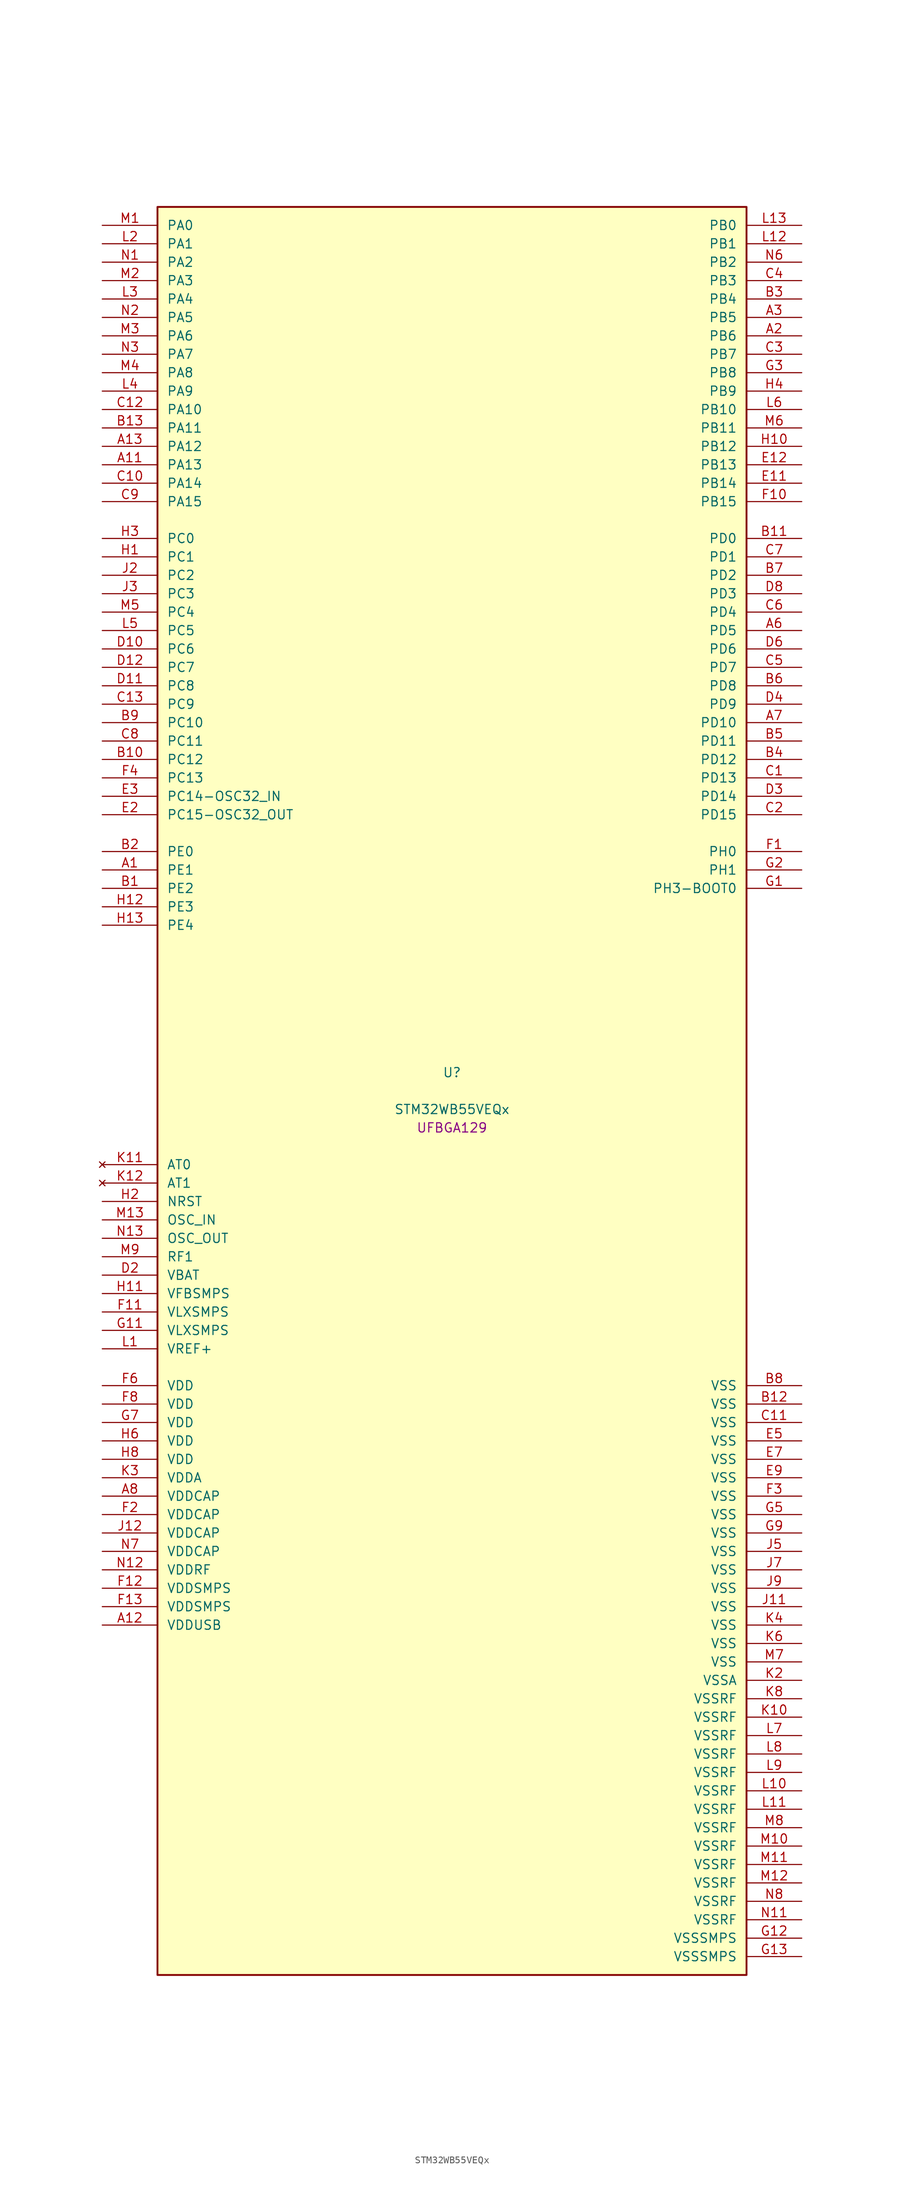
<source format=kicad_sym>
(kicad_symbol_lib
  (version 20241209)
  (generator "stm32_pkl_generator")
  (generator_version "1.0")
  (symbol "STM32WB55VEQx"
    (pin_names
      (offset 1.27))
    (property "Reference" "U"
      (at 0 2.54 0))
    (property "Value" "STM32WB55VEQx"
      (at 0 -2.54 0))
    (property "Footprint" "UFBGA129"
      (at 0 -5.08 0))
    (symbol "STM32WB55VEQx_1_1"
      (rectangle (start -40.64 121.92) (end 40.64 -121.92) (stroke (width 0.254) (type solid)) (fill (type background)))
      (pin bidirectional line (at -48.26 119.38 0) (length 7.62) (name "PA0") (number "M1") (alternate "PA0/ADC1_IN5" bidirectional line) (alternate "PA0/COMP1_INM" bidirectional line) (alternate "PA0/COMP1_OUT" bidirectional line) (alternate "PA0/RTC_TAMP2" bidirectional line) (alternate "PA0/SAI1_EXTCLK" bidirectional line) (alternate "PA0/SYS_WKUP1" bidirectional line) (alternate "PA0/TIM2_CH1" bidirectional line) (alternate "PA0/TIM2_ETR" bidirectional line))
      (pin bidirectional line (at -48.26 116.84 0) (length 7.62) (name "PA1") (number "L2") (alternate "PA1/ADC1_IN6" bidirectional line) (alternate "PA1/COMP1_INP" bidirectional line) (alternate "PA1/I2C1_SMBA" bidirectional line) (alternate "PA1/LCD_SEG0" bidirectional line) (alternate "PA1/SPI1_SCK" bidirectional line) (alternate "PA1/TIM2_CH2" bidirectional line))
      (pin bidirectional line (at -48.26 114.3 0) (length 7.62) (name "PA2") (number "N1") (alternate "PA2/ADC1_IN7" bidirectional line) (alternate "PA2/COMP2_INM" bidirectional line) (alternate "PA2/COMP2_OUT" bidirectional line) (alternate "PA2/LCD_SEG1" bidirectional line) (alternate "PA2/LPUART1_TX" bidirectional line) (alternate "PA2/QUADSPI_BK1_NCS" bidirectional line) (alternate "PA2/RCC_LSCO" bidirectional line) (alternate "PA2/SYS_WKUP4" bidirectional line) (alternate "PA2/TIM2_CH3" bidirectional line))
      (pin bidirectional line (at -48.26 111.76 0) (length 7.62) (name "PA3") (number "M2") (alternate "PA3/ADC1_IN8" bidirectional line) (alternate "PA3/COMP2_INP" bidirectional line) (alternate "PA3/LCD_SEG2" bidirectional line) (alternate "PA3/LPUART1_RX" bidirectional line) (alternate "PA3/QUADSPI_CLK" bidirectional line) (alternate "PA3/SAI1_CK1" bidirectional line) (alternate "PA3/SAI1_MCLK_A" bidirectional line) (alternate "PA3/TIM2_CH4" bidirectional line))
      (pin bidirectional line (at -48.26 109.22 0) (length 7.62) (name "PA4") (number "L3") (alternate "PA4/ADC1_IN9" bidirectional line) (alternate "PA4/COMP1_INM" bidirectional line) (alternate "PA4/COMP2_INM" bidirectional line) (alternate "PA4/LCD_SEG5" bidirectional line) (alternate "PA4/LPTIM2_OUT" bidirectional line) (alternate "PA4/SAI1_FS_B" bidirectional line) (alternate "PA4/SPI1_NSS" bidirectional line))
      (pin bidirectional line (at -48.26 106.68 0) (length 7.62) (name "PA5") (number "N2") (alternate "PA5/ADC1_IN10" bidirectional line) (alternate "PA5/COMP1_INM" bidirectional line) (alternate "PA5/COMP2_INM" bidirectional line) (alternate "PA5/LPTIM2_ETR" bidirectional line) (alternate "PA5/SAI1_SD_B" bidirectional line) (alternate "PA5/SPI1_SCK" bidirectional line) (alternate "PA5/TIM2_CH1" bidirectional line) (alternate "PA5/TIM2_ETR" bidirectional line))
      (pin bidirectional line (at -48.26 104.14 0) (length 7.62) (name "PA6") (number "M3") (alternate "PA6/ADC1_IN11" bidirectional line) (alternate "PA6/LCD_SEG3" bidirectional line) (alternate "PA6/LPUART1_CTS" bidirectional line) (alternate "PA6/QUADSPI_BK1_IO3" bidirectional line) (alternate "PA6/SPI1_MISO" bidirectional line) (alternate "PA6/TIM16_CH1" bidirectional line) (alternate "PA6/TIM1_BKIN" bidirectional line))
      (pin bidirectional line (at -48.26 101.6 0) (length 7.62) (name "PA7") (number "N3") (alternate "PA7/ADC1_IN12" bidirectional line) (alternate "PA7/COMP2_OUT" bidirectional line) (alternate "PA7/I2C3_SCL" bidirectional line) (alternate "PA7/LCD_SEG4" bidirectional line) (alternate "PA7/QUADSPI_BK1_IO2" bidirectional line) (alternate "PA7/SPI1_MOSI" bidirectional line) (alternate "PA7/TIM17_CH1" bidirectional line) (alternate "PA7/TIM1_CH1N" bidirectional line))
      (pin bidirectional line (at -48.26 99.06 0) (length 7.62) (name "PA8") (number "M4") (alternate "PA8/ADC1_IN15" bidirectional line) (alternate "PA8/LCD_COM0" bidirectional line) (alternate "PA8/LPTIM2_OUT" bidirectional line) (alternate "PA8/RCC_MCO" bidirectional line) (alternate "PA8/SAI1_CK2" bidirectional line) (alternate "PA8/SAI1_SCK_A" bidirectional line) (alternate "PA8/TIM1_CH1" bidirectional line) (alternate "PA8/USART1_CK" bidirectional line))
      (pin bidirectional line (at -48.26 96.52 0) (length 7.62) (name "PA9") (number "L4") (alternate "PA9/ADC1_IN16" bidirectional line) (alternate "PA9/COMP1_INM" bidirectional line) (alternate "PA9/I2C1_SCL" bidirectional line) (alternate "PA9/LCD_COM1" bidirectional line) (alternate "PA9/SAI1_D2" bidirectional line) (alternate "PA9/SAI1_FS_A" bidirectional line) (alternate "PA9/SPI2_SCK" bidirectional line) (alternate "PA9/TIM1_CH2" bidirectional line) (alternate "PA9/USART1_TX" bidirectional line))
      (pin bidirectional line (at -48.26 93.98 0) (length 7.62) (name "PA10") (number "C12") (alternate "PA10/CRS_SYNC" bidirectional line) (alternate "PA10/I2C1_SDA" bidirectional line) (alternate "PA10/LCD_COM2" bidirectional line) (alternate "PA10/SAI1_D1" bidirectional line) (alternate "PA10/SAI1_SD_A" bidirectional line) (alternate "PA10/TIM17_BKIN" bidirectional line) (alternate "PA10/TIM1_CH3" bidirectional line) (alternate "PA10/USART1_RX" bidirectional line))
      (pin bidirectional line (at -48.26 91.44 0) (length 7.62) (name "PA11") (number "B13") (alternate "PA11/ADC1_EXTI11" bidirectional line) (alternate "PA11/SPI1_MISO" bidirectional line) (alternate "PA11/TIM1_BKIN2" bidirectional line) (alternate "PA11/TIM1_CH4" bidirectional line) (alternate "PA11/USART1_CTS" bidirectional line) (alternate "PA11/USART1_NSS" bidirectional line) (alternate "PA11/USB_DM" bidirectional line))
      (pin bidirectional line (at -48.26 88.9 0) (length 7.62) (name "PA12") (number "A13") (alternate "PA12/LPUART1_RX" bidirectional line) (alternate "PA12/SPI1_MOSI" bidirectional line) (alternate "PA12/TIM1_ETR" bidirectional line) (alternate "PA12/USART1_DE" bidirectional line) (alternate "PA12/USART1_RTS" bidirectional line) (alternate "PA12/USB_DP" bidirectional line))
      (pin bidirectional line (at -48.26 86.36 0) (length 7.62) (name "PA13") (number "A11") (alternate "PA13/IR_OUT" bidirectional line) (alternate "PA13/SAI1_SD_B" bidirectional line) (alternate "PA13/SYS_JTMS-SWDIO" bidirectional line) (alternate "PA13/USB_NOE" bidirectional line))
      (pin bidirectional line (at -48.26 83.82 0) (length 7.62) (name "PA14") (number "C10") (alternate "PA14/I2C1_SMBA" bidirectional line) (alternate "PA14/LCD_SEG5" bidirectional line) (alternate "PA14/LPTIM1_OUT" bidirectional line) (alternate "PA14/SAI1_FS_B" bidirectional line) (alternate "PA14/SYS_JTCK-SWCLK" bidirectional line))
      (pin bidirectional line (at -48.26 81.28 0) (length 7.62) (name "PA15") (number "C9") (alternate "PA15/ADC1_EXTI15" bidirectional line) (alternate "PA15/LCD_SEG17" bidirectional line) (alternate "PA15/RCC_MCO" bidirectional line) (alternate "PA15/SPI1_NSS" bidirectional line) (alternate "PA15/SYS_JTDI" bidirectional line) (alternate "PA15/TIM2_CH1" bidirectional line) (alternate "PA15/TIM2_ETR" bidirectional line) (alternate "PA15/TSC_G3_IO1" bidirectional line))
      (pin bidirectional line (at 48.26 119.38 180) (length 7.62) (name "PB0") (number "L13") (alternate "PB0/COMP1_OUT" bidirectional line) (alternate "PB0/RF_TX_MOD_EXT_PA" bidirectional line))
      (pin bidirectional line (at 48.26 116.84 180) (length 7.62) (name "PB1") (number "L12") (alternate "PB1/LPTIM2_IN1" bidirectional line) (alternate "PB1/LPUART1_DE" bidirectional line) (alternate "PB1/LPUART1_RTS" bidirectional line))
      (pin bidirectional line (at 48.26 114.3 180) (length 7.62) (name "PB2") (number "N6") (alternate "PB2/COMP1_INP" bidirectional line) (alternate "PB2/I2C3_SMBA" bidirectional line) (alternate "PB2/LCD_VLCD" bidirectional line) (alternate "PB2/LPTIM1_OUT" bidirectional line) (alternate "PB2/RTC_OUT2" bidirectional line) (alternate "PB2/SAI1_EXTCLK" bidirectional line) (alternate "PB2/SPI1_NSS" bidirectional line))
      (pin bidirectional line (at 48.26 111.76 180) (length 7.62) (name "PB3") (number "C4") (alternate "PB3/COMP2_INM" bidirectional line) (alternate "PB3/LCD_SEG7" bidirectional line) (alternate "PB3/SAI1_SCK_B" bidirectional line) (alternate "PB3/SPI1_SCK" bidirectional line) (alternate "PB3/SYS_JTDO-SWO" bidirectional line) (alternate "PB3/TIM2_CH2" bidirectional line) (alternate "PB3/USART1_DE" bidirectional line) (alternate "PB3/USART1_RTS" bidirectional line))
      (pin bidirectional line (at 48.26 109.22 180) (length 7.62) (name "PB4") (number "B3") (alternate "PB4/COMP2_INP" bidirectional line) (alternate "PB4/I2C3_SDA" bidirectional line) (alternate "PB4/LCD_SEG8" bidirectional line) (alternate "PB4/SAI1_MCLK_B" bidirectional line) (alternate "PB4/SPI1_MISO" bidirectional line) (alternate "PB4/SYS_JTRST" bidirectional line) (alternate "PB4/TIM17_BKIN" bidirectional line) (alternate "PB4/TSC_G2_IO1" bidirectional line) (alternate "PB4/USART1_CTS" bidirectional line) (alternate "PB4/USART1_NSS" bidirectional line))
      (pin bidirectional line (at 48.26 106.68 180) (length 7.62) (name "PB5") (number "A3") (alternate "PB5/COMP2_OUT" bidirectional line) (alternate "PB5/I2C1_SMBA" bidirectional line) (alternate "PB5/LCD_SEG9" bidirectional line) (alternate "PB5/LPTIM1_IN1" bidirectional line) (alternate "PB5/LPUART1_TX" bidirectional line) (alternate "PB5/SAI1_SD_B" bidirectional line) (alternate "PB5/SPI1_MOSI" bidirectional line) (alternate "PB5/TIM16_BKIN" bidirectional line) (alternate "PB5/TSC_G2_IO2" bidirectional line) (alternate "PB5/USART1_CK" bidirectional line))
      (pin bidirectional line (at 48.26 104.14 180) (length 7.62) (name "PB6") (number "A2") (alternate "PB6/COMP2_INP" bidirectional line) (alternate "PB6/I2C1_SCL" bidirectional line) (alternate "PB6/LCD_SEG6" bidirectional line) (alternate "PB6/LPTIM1_ETR" bidirectional line) (alternate "PB6/RCC_MCO" bidirectional line) (alternate "PB6/SAI1_FS_B" bidirectional line) (alternate "PB6/TIM16_CH1N" bidirectional line) (alternate "PB6/TSC_G2_IO3" bidirectional line) (alternate "PB6/USART1_TX" bidirectional line))
      (pin bidirectional line (at 48.26 101.6 180) (length 7.62) (name "PB7") (number "C3") (alternate "PB7/COMP2_INM" bidirectional line) (alternate "PB7/I2C1_SDA" bidirectional line) (alternate "PB7/LCD_SEG21" bidirectional line) (alternate "PB7/LPTIM1_IN2" bidirectional line) (alternate "PB7/SYS_PVD_IN" bidirectional line) (alternate "PB7/TIM17_CH1N" bidirectional line) (alternate "PB7/TIM1_BKIN" bidirectional line) (alternate "PB7/TSC_G2_IO4" bidirectional line) (alternate "PB7/USART1_RX" bidirectional line))
      (pin bidirectional line (at 48.26 99.06 180) (length 7.62) (name "PB8") (number "G3") (alternate "PB8/I2C1_SCL" bidirectional line) (alternate "PB8/LCD_SEG16" bidirectional line) (alternate "PB8/QUADSPI_BK1_IO1" bidirectional line) (alternate "PB8/SAI1_CK1" bidirectional line) (alternate "PB8/SAI1_MCLK_A" bidirectional line) (alternate "PB8/TIM16_CH1" bidirectional line) (alternate "PB8/TIM1_CH2N" bidirectional line))
      (pin bidirectional line (at 48.26 96.52 180) (length 7.62) (name "PB9") (number "H4") (alternate "PB9/I2C1_SDA" bidirectional line) (alternate "PB9/IR_OUT" bidirectional line) (alternate "PB9/LCD_COM3" bidirectional line) (alternate "PB9/QUADSPI_BK1_IO0" bidirectional line) (alternate "PB9/SAI1_D2" bidirectional line) (alternate "PB9/SAI1_FS_A" bidirectional line) (alternate "PB9/SPI2_NSS" bidirectional line) (alternate "PB9/TIM17_CH1" bidirectional line) (alternate "PB9/TIM1_CH3N" bidirectional line) (alternate "PB9/TSC_G7_IO4" bidirectional line))
      (pin bidirectional line (at 48.26 93.98 180) (length 7.62) (name "PB10") (number "L6") (alternate "PB10/COMP1_OUT" bidirectional line) (alternate "PB10/I2C3_SCL" bidirectional line) (alternate "PB10/LCD_SEG10" bidirectional line) (alternate "PB10/LPUART1_RX" bidirectional line) (alternate "PB10/QUADSPI_CLK" bidirectional line) (alternate "PB10/SAI1_SCK_A" bidirectional line) (alternate "PB10/SPI2_SCK" bidirectional line) (alternate "PB10/TIM2_CH3" bidirectional line) (alternate "PB10/TSC_SYNC" bidirectional line))
      (pin bidirectional line (at 48.26 91.44 180) (length 7.62) (name "PB11") (number "M6") (alternate "PB11/ADC1_EXTI11" bidirectional line) (alternate "PB11/COMP2_OUT" bidirectional line) (alternate "PB11/I2C3_SDA" bidirectional line) (alternate "PB11/LCD_SEG11" bidirectional line) (alternate "PB11/LPUART1_TX" bidirectional line) (alternate "PB11/QUADSPI_BK1_NCS" bidirectional line) (alternate "PB11/TIM2_CH4" bidirectional line))
      (pin bidirectional line (at 48.26 88.9 180) (length 7.62) (name "PB12") (number "H10") (alternate "PB12/I2C3_SMBA" bidirectional line) (alternate "PB12/LCD_SEG12" bidirectional line) (alternate "PB12/LPUART1_DE" bidirectional line) (alternate "PB12/LPUART1_RTS" bidirectional line) (alternate "PB12/SAI1_FS_A" bidirectional line) (alternate "PB12/SPI2_NSS" bidirectional line) (alternate "PB12/TIM1_BKIN" bidirectional line) (alternate "PB12/TSC_G1_IO1" bidirectional line))
      (pin bidirectional line (at 48.26 86.36 180) (length 7.62) (name "PB13") (number "E12") (alternate "PB13/I2C3_SCL" bidirectional line) (alternate "PB13/LCD_SEG13" bidirectional line) (alternate "PB13/LPUART1_CTS" bidirectional line) (alternate "PB13/SAI1_SCK_A" bidirectional line) (alternate "PB13/SPI2_SCK" bidirectional line) (alternate "PB13/TIM1_CH1N" bidirectional line) (alternate "PB13/TSC_G1_IO2" bidirectional line))
      (pin bidirectional line (at 48.26 83.82 180) (length 7.62) (name "PB14") (number "E11") (alternate "PB14/I2C3_SDA" bidirectional line) (alternate "PB14/LCD_SEG14" bidirectional line) (alternate "PB14/SAI1_MCLK_A" bidirectional line) (alternate "PB14/SPI2_MISO" bidirectional line) (alternate "PB14/TIM1_CH2N" bidirectional line) (alternate "PB14/TSC_G1_IO3" bidirectional line))
      (pin bidirectional line (at 48.26 81.28 180) (length 7.62) (name "PB15") (number "F10") (alternate "PB15/ADC1_EXTI15" bidirectional line) (alternate "PB15/LCD_SEG15" bidirectional line) (alternate "PB15/RTC_REFIN" bidirectional line) (alternate "PB15/SAI1_SD_A" bidirectional line) (alternate "PB15/SPI2_MOSI" bidirectional line) (alternate "PB15/TIM1_CH3N" bidirectional line) (alternate "PB15/TSC_G1_IO4" bidirectional line))
      (pin bidirectional line (at -48.26 76.2 0) (length 7.62) (name "PC0") (number "H3") (alternate "PC0/ADC1_IN1" bidirectional line) (alternate "PC0/I2C3_SCL" bidirectional line) (alternate "PC0/LCD_SEG18" bidirectional line) (alternate "PC0/LPTIM1_IN1" bidirectional line) (alternate "PC0/LPTIM2_IN1" bidirectional line) (alternate "PC0/LPUART1_RX" bidirectional line))
      (pin bidirectional line (at -48.26 73.66 0) (length 7.62) (name "PC1") (number "H1") (alternate "PC1/ADC1_IN2" bidirectional line) (alternate "PC1/I2C3_SDA" bidirectional line) (alternate "PC1/LCD_SEG19" bidirectional line) (alternate "PC1/LPTIM1_OUT" bidirectional line) (alternate "PC1/LPUART1_TX" bidirectional line) (alternate "PC1/SPI2_MOSI" bidirectional line))
      (pin bidirectional line (at -48.26 71.12 0) (length 7.62) (name "PC2") (number "J2") (alternate "PC2/ADC1_IN3" bidirectional line) (alternate "PC2/LCD_SEG20" bidirectional line) (alternate "PC2/LPTIM1_IN2" bidirectional line) (alternate "PC2/SPI2_MISO" bidirectional line))
      (pin bidirectional line (at -48.26 68.58 0) (length 7.62) (name "PC3") (number "J3") (alternate "PC3/ADC1_IN4" bidirectional line) (alternate "PC3/LCD_VLCD" bidirectional line) (alternate "PC3/LPTIM1_ETR" bidirectional line) (alternate "PC3/LPTIM2_ETR" bidirectional line) (alternate "PC3/SAI1_D1" bidirectional line) (alternate "PC3/SAI1_SD_A" bidirectional line) (alternate "PC3/SPI2_MOSI" bidirectional line))
      (pin bidirectional line (at -48.26 66.04 0) (length 7.62) (name "PC4") (number "M5") (alternate "PC4/ADC1_IN13" bidirectional line) (alternate "PC4/COMP1_INM" bidirectional line) (alternate "PC4/LCD_SEG22" bidirectional line))
      (pin bidirectional line (at -48.26 63.5 0) (length 7.62) (name "PC5") (number "L5") (alternate "PC5/ADC1_IN14" bidirectional line) (alternate "PC5/COMP1_INP" bidirectional line) (alternate "PC5/LCD_SEG23" bidirectional line) (alternate "PC5/SAI1_D3" bidirectional line) (alternate "PC5/SYS_WKUP5" bidirectional line))
      (pin bidirectional line (at -48.26 60.96 0) (length 7.62) (name "PC6") (number "D10") (alternate "PC6/LCD_SEG24" bidirectional line) (alternate "PC6/TSC_G4_IO1" bidirectional line))
      (pin bidirectional line (at -48.26 58.42 0) (length 7.62) (name "PC7") (number "D12") (alternate "PC7/LCD_SEG25" bidirectional line) (alternate "PC7/TSC_G4_IO2" bidirectional line))
      (pin bidirectional line (at -48.26 55.88 0) (length 7.62) (name "PC8") (number "D11") (alternate "PC8/LCD_SEG26" bidirectional line) (alternate "PC8/TSC_G4_IO3" bidirectional line))
      (pin bidirectional line (at -48.26 53.34 0) (length 7.62) (name "PC9") (number "C13") (alternate "PC9/LCD_SEG27" bidirectional line) (alternate "PC9/SAI1_SCK_B" bidirectional line) (alternate "PC9/TIM1_BKIN" bidirectional line) (alternate "PC9/TSC_G4_IO4" bidirectional line) (alternate "PC9/USB_NOE" bidirectional line))
      (pin bidirectional line (at -48.26 50.8 0) (length 7.62) (name "PC10") (number "B9") (alternate "PC10/LCD_COM4" bidirectional line) (alternate "PC10/LCD_SEG28" bidirectional line) (alternate "PC10/LCD_SEG40" bidirectional line) (alternate "PC10/SYS_TRACED1" bidirectional line) (alternate "PC10/TSC_G3_IO2" bidirectional line))
      (pin bidirectional line (at -48.26 48.26 0) (length 7.62) (name "PC11") (number "C8") (alternate "PC11/ADC1_EXTI11" bidirectional line) (alternate "PC11/LCD_COM5" bidirectional line) (alternate "PC11/LCD_SEG29" bidirectional line) (alternate "PC11/LCD_SEG41" bidirectional line) (alternate "PC11/TSC_G3_IO3" bidirectional line))
      (pin bidirectional line (at -48.26 45.72 0) (length 7.62) (name "PC12") (number "B10") (alternate "PC12/LCD_COM6" bidirectional line) (alternate "PC12/LCD_SEG30" bidirectional line) (alternate "PC12/LCD_SEG42" bidirectional line) (alternate "PC12/RCC_LSCO" bidirectional line) (alternate "PC12/RTC_TAMP3" bidirectional line) (alternate "PC12/SYS_TRACED3" bidirectional line) (alternate "PC12/SYS_WKUP3" bidirectional line) (alternate "PC12/TSC_G3_IO4" bidirectional line))
      (pin bidirectional line (at -48.26 43.18 0) (length 7.62) (name "PC13") (number "F4") (alternate "PC13/RTC_OUT1" bidirectional line) (alternate "PC13/RTC_TAMP1" bidirectional line) (alternate "PC13/RTC_TS" bidirectional line) (alternate "PC13/SYS_WKUP2" bidirectional line))
      (pin bidirectional line (at -48.26 40.64 0) (length 7.62) (name "PC14-OSC32_IN") (number "E3") (alternate "PC14-OSC32_IN/RCC_OSC32_IN" bidirectional line))
      (pin bidirectional line (at -48.26 38.1 0) (length 7.62) (name "PC15-OSC32_OUT") (number "E2") (alternate "PC15-OSC32_OUT/ADC1_EXTI15" bidirectional line) (alternate "PC15-OSC32_OUT/RCC_OSC32_OUT" bidirectional line))
      (pin bidirectional line (at 48.26 76.2 180) (length 7.62) (name "PD0") (number "B11") (alternate "PD0/SPI2_NSS" bidirectional line))
      (pin bidirectional line (at 48.26 73.66 180) (length 7.62) (name "PD1") (number "C7") (alternate "PD1/SPI2_SCK" bidirectional line))
      (pin bidirectional line (at 48.26 71.12 180) (length 7.62) (name "PD2") (number "B7") (alternate "PD2/LCD_COM7" bidirectional line) (alternate "PD2/LCD_SEG31" bidirectional line) (alternate "PD2/LCD_SEG43" bidirectional line) (alternate "PD2/SYS_TRACED2" bidirectional line) (alternate "PD2/TSC_SYNC" bidirectional line))
      (pin bidirectional line (at 48.26 68.58 180) (length 7.62) (name "PD3") (number "D8") (alternate "PD3/QUADSPI_BK1_NCS" bidirectional line) (alternate "PD3/SPI2_MISO" bidirectional line) (alternate "PD3/SPI2_SCK" bidirectional line))
      (pin bidirectional line (at 48.26 66.04 180) (length 7.62) (name "PD4") (number "C6") (alternate "PD4/QUADSPI_BK1_IO0" bidirectional line) (alternate "PD4/SPI2_MOSI" bidirectional line) (alternate "PD4/TSC_G5_IO1" bidirectional line))
      (pin bidirectional line (at 48.26 63.5 180) (length 7.62) (name "PD5") (number "A6") (alternate "PD5/QUADSPI_BK1_IO1" bidirectional line) (alternate "PD5/SAI1_MCLK_B" bidirectional line) (alternate "PD5/TSC_G5_IO2" bidirectional line))
      (pin bidirectional line (at 48.26 60.96 180) (length 7.62) (name "PD6") (number "D6") (alternate "PD6/QUADSPI_BK1_IO2" bidirectional line) (alternate "PD6/SAI1_D1" bidirectional line) (alternate "PD6/SAI1_SD_A" bidirectional line) (alternate "PD6/TSC_G5_IO3" bidirectional line))
      (pin bidirectional line (at 48.26 58.42 180) (length 7.62) (name "PD7") (number "C5") (alternate "PD7/LCD_SEG39" bidirectional line) (alternate "PD7/QUADSPI_BK1_IO3" bidirectional line) (alternate "PD7/TSC_G5_IO4" bidirectional line))
      (pin bidirectional line (at 48.26 55.88 180) (length 7.62) (name "PD8") (number "B6") (alternate "PD8/LCD_SEG28" bidirectional line) (alternate "PD8/TIM1_BKIN2" bidirectional line))
      (pin bidirectional line (at 48.26 53.34 180) (length 7.62) (name "PD9") (number "D4") (alternate "PD9/LCD_SEG29" bidirectional line) (alternate "PD9/SYS_TRACED0" bidirectional line))
      (pin bidirectional line (at 48.26 50.8 180) (length 7.62) (name "PD10") (number "A7") (alternate "PD10/LCD_SEG30" bidirectional line) (alternate "PD10/SYS_TRIG_INOUT" bidirectional line) (alternate "PD10/TSC_G6_IO1" bidirectional line))
      (pin bidirectional line (at 48.26 48.26 180) (length 7.62) (name "PD11") (number "B5") (alternate "PD11/ADC1_EXTI11" bidirectional line) (alternate "PD11/LCD_SEG31" bidirectional line) (alternate "PD11/LPTIM2_ETR" bidirectional line) (alternate "PD11/TSC_G6_IO2" bidirectional line))
      (pin bidirectional line (at 48.26 45.72 180) (length 7.62) (name "PD12") (number "B4") (alternate "PD12/LCD_SEG32" bidirectional line) (alternate "PD12/LPTIM2_IN1" bidirectional line) (alternate "PD12/TSC_G6_IO3" bidirectional line))
      (pin bidirectional line (at 48.26 43.18 180) (length 7.62) (name "PD13") (number "C1") (alternate "PD13/LCD_SEG33" bidirectional line) (alternate "PD13/LPTIM2_OUT" bidirectional line) (alternate "PD13/TSC_G6_IO4" bidirectional line))
      (pin bidirectional line (at 48.26 40.64 180) (length 7.62) (name "PD14") (number "D3") (alternate "PD14/LCD_SEG34" bidirectional line) (alternate "PD14/TIM1_CH1" bidirectional line))
      (pin bidirectional line (at 48.26 38.1 180) (length 7.62) (name "PD15") (number "C2") (alternate "PD15/ADC1_EXTI15" bidirectional line) (alternate "PD15/LCD_SEG35" bidirectional line) (alternate "PD15/TIM1_CH2" bidirectional line))
      (pin bidirectional line (at -48.26 33.02 0) (length 7.62) (name "PE0") (number "B2") (alternate "PE0/LCD_SEG36" bidirectional line) (alternate "PE0/TIM16_CH1" bidirectional line) (alternate "PE0/TIM1_ETR" bidirectional line) (alternate "PE0/TSC_G7_IO3" bidirectional line))
      (pin bidirectional line (at -48.26 30.48 0) (length 7.62) (name "PE1") (number "A1") (alternate "PE1/LCD_SEG37" bidirectional line) (alternate "PE1/TIM17_CH1" bidirectional line) (alternate "PE1/TSC_G7_IO2" bidirectional line))
      (pin bidirectional line (at -48.26 27.94 0) (length 7.62) (name "PE2") (number "B1") (alternate "PE2/LCD_SEG38" bidirectional line) (alternate "PE2/SAI1_CK1" bidirectional line) (alternate "PE2/SAI1_MCLK_A" bidirectional line) (alternate "PE2/SYS_TRACECLK" bidirectional line) (alternate "PE2/TSC_G7_IO1" bidirectional line))
      (pin bidirectional line (at -48.26 25.4 0) (length 7.62) (name "PE3") (number "H12"))
      (pin bidirectional line (at -48.26 22.86 0) (length 7.62) (name "PE4") (number "H13"))
      (pin bidirectional line (at 48.26 33.02 180) (length 7.62) (name "PH0") (number "F1"))
      (pin bidirectional line (at 48.26 30.48 180) (length 7.62) (name "PH1") (number "G2"))
      (pin bidirectional line (at 48.26 27.94 180) (length 7.62) (name "PH3-BOOT0") (number "G1") (alternate "PH3-BOOT0/RCC_LSCO" bidirectional line))
      (pin no_connect line (at -48.26 -10.16 0) (length 7.62) (name "AT0") (number "K11"))
      (pin no_connect line (at -48.26 -12.7 0) (length 7.62) (name "AT1") (number "K12"))
      (pin input line (at -48.26 -15.24 0) (length 7.62) (name "NRST") (number "H2"))
      (pin bidirectional line (at -48.26 -17.78 0) (length 7.62) (name "OSC_IN") (number "M13") (alternate "OSC_IN/RCC_OSC_IN" bidirectional line))
      (pin bidirectional line (at -48.26 -20.32 0) (length 7.62) (name "OSC_OUT") (number "N13") (alternate "OSC_OUT/RCC_OSC_OUT" bidirectional line))
      (pin bidirectional line (at -48.26 -22.86 0) (length 7.62) (name "RF1") (number "M9") (alternate "RF1/RF_RF1" bidirectional line))
      (pin power_in line (at -48.26 -25.4 0) (length 7.62) (name "VBAT") (number "D2"))
      (pin power_in line (at -48.26 -27.94 0) (length 7.62) (name "VFBSMPS") (number "H11"))
      (pin power_in line (at -48.26 -30.48 0) (length 7.62) (name "VLXSMPS") (number "F11"))
      (pin power_in line (at -48.26 -33.02 0) (length 7.62) (name "VLXSMPS") (number "G11"))
      (pin bidirectional line (at -48.26 -35.56 0) (length 7.62) (name "VREF+") (number "L1") (alternate "VREF+/VREFBUF_OUT" bidirectional line))
      (pin power_in line (at -48.26 -40.64 0) (length 7.62) (name "VDD") (number "F6"))
      (pin power_in line (at -48.26 -43.18 0) (length 7.62) (name "VDD") (number "F8"))
      (pin power_in line (at -48.26 -45.72 0) (length 7.62) (name "VDD") (number "G7"))
      (pin power_in line (at -48.26 -48.26 0) (length 7.62) (name "VDD") (number "H6"))
      (pin power_in line (at -48.26 -50.8 0) (length 7.62) (name "VDD") (number "H8"))
      (pin power_in line (at -48.26 -53.34 0) (length 7.62) (name "VDDA") (number "K3"))
      (pin power_in line (at -48.26 -55.88 0) (length 7.62) (name "VDDCAP") (number "A8"))
      (pin power_in line (at -48.26 -58.42 0) (length 7.62) (name "VDDCAP") (number "F2"))
      (pin power_in line (at -48.26 -60.96 0) (length 7.62) (name "VDDCAP") (number "J12"))
      (pin power_in line (at -48.26 -63.5 0) (length 7.62) (name "VDDCAP") (number "N7"))
      (pin power_in line (at -48.26 -66.04 0) (length 7.62) (name "VDDRF") (number "N12"))
      (pin power_in line (at -48.26 -68.58 0) (length 7.62) (name "VDDSMPS") (number "F12"))
      (pin power_in line (at -48.26 -71.12 0) (length 7.62) (name "VDDSMPS") (number "F13"))
      (pin power_in line (at -48.26 -73.66 0) (length 7.62) (name "VDDUSB") (number "A12"))
      (pin power_in line (at 48.26 -40.64 180) (length 7.62) (name "VSS") (number "B8"))
      (pin power_in line (at 48.26 -43.18 180) (length 7.62) (name "VSS") (number "B12"))
      (pin power_in line (at 48.26 -45.72 180) (length 7.62) (name "VSS") (number "C11"))
      (pin power_in line (at 48.26 -48.26 180) (length 7.62) (name "VSS") (number "E5"))
      (pin power_in line (at 48.26 -50.8 180) (length 7.62) (name "VSS") (number "E7"))
      (pin power_in line (at 48.26 -53.34 180) (length 7.62) (name "VSS") (number "E9"))
      (pin power_in line (at 48.26 -55.88 180) (length 7.62) (name "VSS") (number "F3"))
      (pin power_in line (at 48.26 -58.42 180) (length 7.62) (name "VSS") (number "G5"))
      (pin power_in line (at 48.26 -60.96 180) (length 7.62) (name "VSS") (number "G9"))
      (pin power_in line (at 48.26 -63.5 180) (length 7.62) (name "VSS") (number "J5"))
      (pin power_in line (at 48.26 -66.04 180) (length 7.62) (name "VSS") (number "J7"))
      (pin power_in line (at 48.26 -68.58 180) (length 7.62) (name "VSS") (number "J9"))
      (pin power_in line (at 48.26 -71.12 180) (length 7.62) (name "VSS") (number "J11"))
      (pin power_in line (at 48.26 -73.66 180) (length 7.62) (name "VSS") (number "K4"))
      (pin power_in line (at 48.26 -76.2 180) (length 7.62) (name "VSS") (number "K6"))
      (pin power_in line (at 48.26 -78.74 180) (length 7.62) (name "VSS") (number "M7"))
      (pin power_in line (at 48.26 -81.28 180) (length 7.62) (name "VSSA") (number "K2"))
      (pin power_in line (at 48.26 -83.82 180) (length 7.62) (name "VSSRF") (number "K8"))
      (pin power_in line (at 48.26 -86.36 180) (length 7.62) (name "VSSRF") (number "K10"))
      (pin power_in line (at 48.26 -88.9 180) (length 7.62) (name "VSSRF") (number "L7"))
      (pin power_in line (at 48.26 -91.44 180) (length 7.62) (name "VSSRF") (number "L8"))
      (pin power_in line (at 48.26 -93.98 180) (length 7.62) (name "VSSRF") (number "L9"))
      (pin power_in line (at 48.26 -96.52 180) (length 7.62) (name "VSSRF") (number "L10"))
      (pin power_in line (at 48.26 -99.06 180) (length 7.62) (name "VSSRF") (number "L11"))
      (pin power_in line (at 48.26 -101.6 180) (length 7.62) (name "VSSRF") (number "M8"))
      (pin power_in line (at 48.26 -104.14 180) (length 7.62) (name "VSSRF") (number "M10"))
      (pin power_in line (at 48.26 -106.68 180) (length 7.62) (name "VSSRF") (number "M11"))
      (pin power_in line (at 48.26 -109.22 180) (length 7.62) (name "VSSRF") (number "M12"))
      (pin power_in line (at 48.26 -111.76 180) (length 7.62) (name "VSSRF") (number "N8"))
      (pin power_in line (at 48.26 -114.3 180) (length 7.62) (name "VSSRF") (number "N11"))
      (pin power_in line (at 48.26 -116.84 180) (length 7.62) (name "VSSSMPS") (number "G12"))
      (pin power_in line (at 48.26 -119.38 180) (length 7.62) (name "VSSSMPS") (number "G13")))))
</source>
